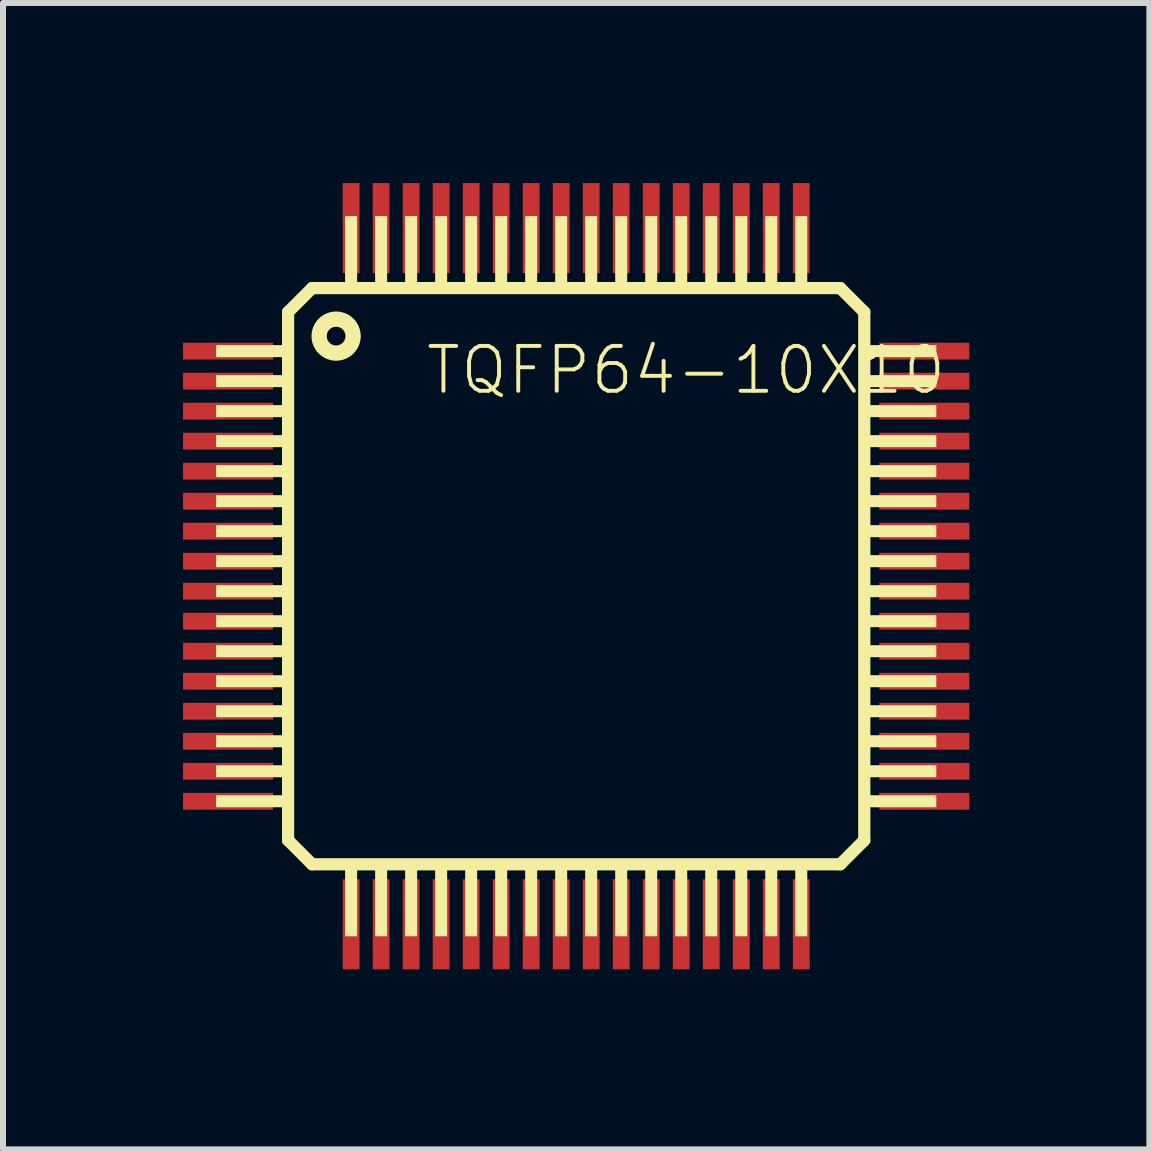
<source format=kicad_pcb>
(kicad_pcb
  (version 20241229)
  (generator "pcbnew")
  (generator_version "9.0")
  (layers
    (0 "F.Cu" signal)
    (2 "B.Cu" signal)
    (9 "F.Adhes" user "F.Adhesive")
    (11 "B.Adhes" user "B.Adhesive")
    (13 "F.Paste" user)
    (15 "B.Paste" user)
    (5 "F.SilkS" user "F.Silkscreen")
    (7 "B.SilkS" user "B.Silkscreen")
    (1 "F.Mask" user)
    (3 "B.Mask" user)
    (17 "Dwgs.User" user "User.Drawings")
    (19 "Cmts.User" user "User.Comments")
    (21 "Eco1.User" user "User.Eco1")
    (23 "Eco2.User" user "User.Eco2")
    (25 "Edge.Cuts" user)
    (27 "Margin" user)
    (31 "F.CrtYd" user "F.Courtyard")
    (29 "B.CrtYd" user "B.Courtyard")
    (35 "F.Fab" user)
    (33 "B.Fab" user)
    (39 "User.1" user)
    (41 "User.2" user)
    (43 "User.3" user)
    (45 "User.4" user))
  (footprint "TQFP64-10X10"
    (layer "F.Cu")
    (at 6.55 6.55)
    (property "Reference" "TQFP64-10X10" (at -2.54 -2.994 0) (unlocked yes) (layer "F.SilkS") (effects (font (size 0.748 0.748) (thickness 0.065)) (justify left bottom)))
    (fp_line (start -4.8 -4.4) (end -4.4 -4.8) (stroke (width 0.203) (type solid)) (layer "F.SilkS"))
    (fp_line (start -4.8 4.4) (end -4.8 -4.4) (stroke (width 0.203) (type solid)) (layer "F.SilkS"))
    (fp_line (start -4.4 -4.8) (end 4.4 -4.8) (stroke (width 0.203) (type solid)) (layer "F.SilkS"))
    (fp_line (start -4.4 4.8) (end -4.8 4.4) (stroke (width 0.203) (type solid)) (layer "F.SilkS"))
    (fp_line (start 4.4 -4.8) (end 4.8 -4.4) (stroke (width 0.203) (type solid)) (layer "F.SilkS"))
    (fp_line (start 4.4 4.8) (end -4.4 4.8) (stroke (width 0.203) (type solid)) (layer "F.SilkS"))
    (fp_line (start 4.8 -4.4) (end 4.8 4.4) (stroke (width 0.203) (type solid)) (layer "F.SilkS"))
    (fp_line (start 4.8 4.4) (end 4.4 4.8) (stroke (width 0.203) (type solid)) (layer "F.SilkS"))
    (fp_circle (center -4 -4) (end -3.717 -4) (stroke (width 0.254) (type solid)) (fill no) (layer "F.SilkS"))
    (fp_poly (pts (xy -6 -3.65) (xy -4.8 -3.65) (xy -4.8 -3.85) (xy -6 -3.85)) (stroke (width 0) (type default)) (fill yes) (layer "F.SilkS"))
    (fp_poly (pts (xy -6 -3.15) (xy -4.8 -3.15) (xy -4.8 -3.35) (xy -6 -3.35)) (stroke (width 0) (type default)) (fill yes) (layer "F.SilkS"))
    (fp_poly (pts (xy -6 -2.65) (xy -4.8 -2.65) (xy -4.8 -2.85) (xy -6 -2.85)) (stroke (width 0) (type default)) (fill yes) (layer "F.SilkS"))
    (fp_poly (pts (xy -6 -2.15) (xy -4.8 -2.15) (xy -4.8 -2.35) (xy -6 -2.35)) (stroke (width 0) (type default)) (fill yes) (layer "F.SilkS"))
    (fp_poly (pts (xy -6 -1.65) (xy -4.8 -1.65) (xy -4.8 -1.85) (xy -6 -1.85)) (stroke (width 0) (type default)) (fill yes) (layer "F.SilkS"))
    (fp_poly (pts (xy -6 -1.15) (xy -4.8 -1.15) (xy -4.8 -1.35) (xy -6 -1.35)) (stroke (width 0) (type default)) (fill yes) (layer "F.SilkS"))
    (fp_poly (pts (xy -6 -0.65) (xy -4.8 -0.65) (xy -4.8 -0.85) (xy -6 -0.85)) (stroke (width 0) (type default)) (fill yes) (layer "F.SilkS"))
    (fp_poly (pts (xy -6 -0.15) (xy -4.8 -0.15) (xy -4.8 -0.35) (xy -6 -0.35)) (stroke (width 0) (type default)) (fill yes) (layer "F.SilkS"))
    (fp_poly (pts (xy -6 0.35) (xy -4.8 0.35) (xy -4.8 0.15) (xy -6 0.15)) (stroke (width 0) (type default)) (fill yes) (layer "F.SilkS"))
    (fp_poly (pts (xy -6 0.85) (xy -4.8 0.85) (xy -4.8 0.65) (xy -6 0.65)) (stroke (width 0) (type default)) (fill yes) (layer "F.SilkS"))
    (fp_poly (pts (xy -6 1.35) (xy -4.8 1.35) (xy -4.8 1.15) (xy -6 1.15)) (stroke (width 0) (type default)) (fill yes) (layer "F.SilkS"))
    (fp_poly (pts (xy -6 1.85) (xy -4.8 1.85) (xy -4.8 1.65) (xy -6 1.65)) (stroke (width 0) (type default)) (fill yes) (layer "F.SilkS"))
    (fp_poly (pts (xy -6 2.35) (xy -4.8 2.35) (xy -4.8 2.15) (xy -6 2.15)) (stroke (width 0) (type default)) (fill yes) (layer "F.SilkS"))
    (fp_poly (pts (xy -6 2.85) (xy -4.8 2.85) (xy -4.8 2.65) (xy -6 2.65)) (stroke (width 0) (type default)) (fill yes) (layer "F.SilkS"))
    (fp_poly (pts (xy -6 3.35) (xy -4.8 3.35) (xy -4.8 3.15) (xy -6 3.15)) (stroke (width 0) (type default)) (fill yes) (layer "F.SilkS"))
    (fp_poly (pts (xy -6 3.85) (xy -4.8 3.85) (xy -4.8 3.65) (xy -6 3.65)) (stroke (width 0) (type default)) (fill yes) (layer "F.SilkS"))
    (fp_poly (pts (xy -3.85 -4.8) (xy -3.65 -4.8) (xy -3.65 -6) (xy -3.85 -6)) (stroke (width 0) (type default)) (fill yes) (layer "F.SilkS"))
    (fp_poly (pts (xy -3.85 6) (xy -3.65 6) (xy -3.65 4.8) (xy -3.85 4.8)) (stroke (width 0) (type default)) (fill yes) (layer "F.SilkS"))
    (fp_poly (pts (xy -3.35 -4.8) (xy -3.15 -4.8) (xy -3.15 -6) (xy -3.35 -6)) (stroke (width 0) (type default)) (fill yes) (layer "F.SilkS"))
    (fp_poly (pts (xy -3.35 6) (xy -3.15 6) (xy -3.15 4.8) (xy -3.35 4.8)) (stroke (width 0) (type default)) (fill yes) (layer "F.SilkS"))
    (fp_poly (pts (xy -2.85 -4.8) (xy -2.65 -4.8) (xy -2.65 -6) (xy -2.85 -6)) (stroke (width 0) (type default)) (fill yes) (layer "F.SilkS"))
    (fp_poly (pts (xy -2.85 6) (xy -2.65 6) (xy -2.65 4.8) (xy -2.85 4.8)) (stroke (width 0) (type default)) (fill yes) (layer "F.SilkS"))
    (fp_poly (pts (xy -2.35 -4.8) (xy -2.15 -4.8) (xy -2.15 -6) (xy -2.35 -6)) (stroke (width 0) (type default)) (fill yes) (layer "F.SilkS"))
    (fp_poly (pts (xy -2.35 6) (xy -2.15 6) (xy -2.15 4.8) (xy -2.35 4.8)) (stroke (width 0) (type default)) (fill yes) (layer "F.SilkS"))
    (fp_poly (pts (xy -1.85 -4.8) (xy -1.65 -4.8) (xy -1.65 -6) (xy -1.85 -6)) (stroke (width 0) (type default)) (fill yes) (layer "F.SilkS"))
    (fp_poly (pts (xy -1.85 6) (xy -1.65 6) (xy -1.65 4.8) (xy -1.85 4.8)) (stroke (width 0) (type default)) (fill yes) (layer "F.SilkS"))
    (fp_poly (pts (xy -1.35 -4.8) (xy -1.15 -4.8) (xy -1.15 -6) (xy -1.35 -6)) (stroke (width 0) (type default)) (fill yes) (layer "F.SilkS"))
    (fp_poly (pts (xy -1.35 6) (xy -1.15 6) (xy -1.15 4.8) (xy -1.35 4.8)) (stroke (width 0) (type default)) (fill yes) (layer "F.SilkS"))
    (fp_poly (pts (xy -0.85 -4.8) (xy -0.65 -4.8) (xy -0.65 -6) (xy -0.85 -6)) (stroke (width 0) (type default)) (fill yes) (layer "F.SilkS"))
    (fp_poly (pts (xy -0.85 6) (xy -0.65 6) (xy -0.65 4.8) (xy -0.85 4.8)) (stroke (width 0) (type default)) (fill yes) (layer "F.SilkS"))
    (fp_poly (pts (xy -0.35 -4.8) (xy -0.15 -4.8) (xy -0.15 -6) (xy -0.35 -6)) (stroke (width 0) (type default)) (fill yes) (layer "F.SilkS"))
    (fp_poly (pts (xy -0.35 6) (xy -0.15 6) (xy -0.15 4.8) (xy -0.35 4.8)) (stroke (width 0) (type default)) (fill yes) (layer "F.SilkS"))
    (fp_poly (pts (xy 0.15 -4.8) (xy 0.35 -4.8) (xy 0.35 -6) (xy 0.15 -6)) (stroke (width 0) (type default)) (fill yes) (layer "F.SilkS"))
    (fp_poly (pts (xy 0.15 6) (xy 0.35 6) (xy 0.35 4.8) (xy 0.15 4.8)) (stroke (width 0) (type default)) (fill yes) (layer "F.SilkS"))
    (fp_poly (pts (xy 0.65 -4.8) (xy 0.85 -4.8) (xy 0.85 -6) (xy 0.65 -6)) (stroke (width 0) (type default)) (fill yes) (layer "F.SilkS"))
    (fp_poly (pts (xy 0.65 6) (xy 0.85 6) (xy 0.85 4.8) (xy 0.65 4.8)) (stroke (width 0) (type default)) (fill yes) (layer "F.SilkS"))
    (fp_poly (pts (xy 1.15 -4.8) (xy 1.35 -4.8) (xy 1.35 -6) (xy 1.15 -6)) (stroke (width 0) (type default)) (fill yes) (layer "F.SilkS"))
    (fp_poly (pts (xy 1.15 6) (xy 1.35 6) (xy 1.35 4.8) (xy 1.15 4.8)) (stroke (width 0) (type default)) (fill yes) (layer "F.SilkS"))
    (fp_poly (pts (xy 1.65 -4.8) (xy 1.85 -4.8) (xy 1.85 -6) (xy 1.65 -6)) (stroke (width 0) (type default)) (fill yes) (layer "F.SilkS"))
    (fp_poly (pts (xy 1.65 6) (xy 1.85 6) (xy 1.85 4.8) (xy 1.65 4.8)) (stroke (width 0) (type default)) (fill yes) (layer "F.SilkS"))
    (fp_poly (pts (xy 2.15 -4.8) (xy 2.35 -4.8) (xy 2.35 -6) (xy 2.15 -6)) (stroke (width 0) (type default)) (fill yes) (layer "F.SilkS"))
    (fp_poly (pts (xy 2.15 6) (xy 2.35 6) (xy 2.35 4.8) (xy 2.15 4.8)) (stroke (width 0) (type default)) (fill yes) (layer "F.SilkS"))
    (fp_poly (pts (xy 2.65 -4.8) (xy 2.85 -4.8) (xy 2.85 -6) (xy 2.65 -6)) (stroke (width 0) (type default)) (fill yes) (layer "F.SilkS"))
    (fp_poly (pts (xy 2.65 6) (xy 2.85 6) (xy 2.85 4.8) (xy 2.65 4.8)) (stroke (width 0) (type default)) (fill yes) (layer "F.SilkS"))
    (fp_poly (pts (xy 3.15 -4.8) (xy 3.35 -4.8) (xy 3.35 -6) (xy 3.15 -6)) (stroke (width 0) (type default)) (fill yes) (layer "F.SilkS"))
    (fp_poly (pts (xy 3.15 6) (xy 3.35 6) (xy 3.35 4.8) (xy 3.15 4.8)) (stroke (width 0) (type default)) (fill yes) (layer "F.SilkS"))
    (fp_poly (pts (xy 3.65 -4.8) (xy 3.85 -4.8) (xy 3.85 -6) (xy 3.65 -6)) (stroke (width 0) (type default)) (fill yes) (layer "F.SilkS"))
    (fp_poly (pts (xy 3.65 6) (xy 3.85 6) (xy 3.85 4.8) (xy 3.65 4.8)) (stroke (width 0) (type default)) (fill yes) (layer "F.SilkS"))
    (fp_poly (pts (xy 4.8 -3.65) (xy 6 -3.65) (xy 6 -3.85) (xy 4.8 -3.85)) (stroke (width 0) (type default)) (fill yes) (layer "F.SilkS"))
    (fp_poly (pts (xy 4.8 -3.15) (xy 6 -3.15) (xy 6 -3.35) (xy 4.8 -3.35)) (stroke (width 0) (type default)) (fill yes) (layer "F.SilkS"))
    (fp_poly (pts (xy 4.8 -2.65) (xy 6 -2.65) (xy 6 -2.85) (xy 4.8 -2.85)) (stroke (width 0) (type default)) (fill yes) (layer "F.SilkS"))
    (fp_poly (pts (xy 4.8 -2.15) (xy 6 -2.15) (xy 6 -2.35) (xy 4.8 -2.35)) (stroke (width 0) (type default)) (fill yes) (layer "F.SilkS"))
    (fp_poly (pts (xy 4.8 -1.65) (xy 6 -1.65) (xy 6 -1.85) (xy 4.8 -1.85)) (stroke (width 0) (type default)) (fill yes) (layer "F.SilkS"))
    (fp_poly (pts (xy 4.8 -1.15) (xy 6 -1.15) (xy 6 -1.35) (xy 4.8 -1.35)) (stroke (width 0) (type default)) (fill yes) (layer "F.SilkS"))
    (fp_poly (pts (xy 4.8 -0.65) (xy 6 -0.65) (xy 6 -0.85) (xy 4.8 -0.85)) (stroke (width 0) (type default)) (fill yes) (layer "F.SilkS"))
    (fp_poly (pts (xy 4.8 -0.15) (xy 6 -0.15) (xy 6 -0.35) (xy 4.8 -0.35)) (stroke (width 0) (type default)) (fill yes) (layer "F.SilkS"))
    (fp_poly (pts (xy 4.8 0.35) (xy 6 0.35) (xy 6 0.15) (xy 4.8 0.15)) (stroke (width 0) (type default)) (fill yes) (layer "F.SilkS"))
    (fp_poly (pts (xy 4.8 0.85) (xy 6 0.85) (xy 6 0.65) (xy 4.8 0.65)) (stroke (width 0) (type default)) (fill yes) (layer "F.SilkS"))
    (fp_poly (pts (xy 4.8 1.35) (xy 6 1.35) (xy 6 1.15) (xy 4.8 1.15)) (stroke (width 0) (type default)) (fill yes) (layer "F.SilkS"))
    (fp_poly (pts (xy 4.8 1.85) (xy 6 1.85) (xy 6 1.65) (xy 4.8 1.65)) (stroke (width 0) (type default)) (fill yes) (layer "F.SilkS"))
    (fp_poly (pts (xy 4.8 2.35) (xy 6 2.35) (xy 6 2.15) (xy 4.8 2.15)) (stroke (width 0) (type default)) (fill yes) (layer "F.SilkS"))
    (fp_poly (pts (xy 4.8 2.85) (xy 6 2.85) (xy 6 2.65) (xy 4.8 2.65)) (stroke (width 0) (type default)) (fill yes) (layer "F.SilkS"))
    (fp_poly (pts (xy 4.8 3.35) (xy 6 3.35) (xy 6 3.15) (xy 4.8 3.15)) (stroke (width 0) (type default)) (fill yes) (layer "F.SilkS"))
    (fp_poly (pts (xy 4.8 3.85) (xy 6 3.85) (xy 6 3.65) (xy 4.8 3.65)) (stroke (width 0) (type default)) (fill yes) (layer "F.SilkS"))
    (pad "1" smd rect (at -5.8 -3.75) (size 1.5 0.28) (layers "F.Cu" "F.Mask" "F.Paste"))
    (pad "2" smd rect (at -5.8 -3.25) (size 1.5 0.28) (layers "F.Cu" "F.Mask" "F.Paste"))
    (pad "3" smd rect (at -5.8 -2.75) (size 1.5 0.28) (layers "F.Cu" "F.Mask" "F.Paste"))
    (pad "4" smd rect (at -5.8 -2.25) (size 1.5 0.28) (layers "F.Cu" "F.Mask" "F.Paste"))
    (pad "5" smd rect (at -5.8 -1.75) (size 1.5 0.28) (layers "F.Cu" "F.Mask" "F.Paste"))
    (pad "6" smd rect (at -5.8 -1.25) (size 1.5 0.28) (layers "F.Cu" "F.Mask" "F.Paste"))
    (pad "7" smd rect (at -5.8 -0.75) (size 1.5 0.28) (layers "F.Cu" "F.Mask" "F.Paste"))
    (pad "8" smd rect (at -5.8 -0.25) (size 1.5 0.28) (layers "F.Cu" "F.Mask" "F.Paste"))
    (pad "9" smd rect (at -5.8 0.25) (size 1.5 0.28) (layers "F.Cu" "F.Mask" "F.Paste"))
    (pad "10" smd rect (at -5.8 0.75) (size 1.5 0.28) (layers "F.Cu" "F.Mask" "F.Paste"))
    (pad "11" smd rect (at -5.8 1.25) (size 1.5 0.28) (layers "F.Cu" "F.Mask" "F.Paste"))
    (pad "12" smd rect (at -5.8 1.75) (size 1.5 0.28) (layers "F.Cu" "F.Mask" "F.Paste"))
    (pad "13" smd rect (at -5.8 2.25) (size 1.5 0.28) (layers "F.Cu" "F.Mask" "F.Paste"))
    (pad "14" smd rect (at -5.8 2.75) (size 1.5 0.28) (layers "F.Cu" "F.Mask" "F.Paste"))
    (pad "15" smd rect (at -5.8 3.25) (size 1.5 0.28) (layers "F.Cu" "F.Mask" "F.Paste"))
    (pad "16" smd rect (at -5.8 3.75) (size 1.5 0.28) (layers "F.Cu" "F.Mask" "F.Paste"))
    (pad "17" smd rect (at -3.75 5.8) (size 0.28 1.5) (layers "F.Cu" "F.Mask" "F.Paste"))
    (pad "18" smd rect (at -3.25 5.8) (size 0.28 1.5) (layers "F.Cu" "F.Mask" "F.Paste"))
    (pad "19" smd rect (at -2.75 5.8) (size 0.28 1.5) (layers "F.Cu" "F.Mask" "F.Paste"))
    (pad "20" smd rect (at -2.25 5.8) (size 0.28 1.5) (layers "F.Cu" "F.Mask" "F.Paste"))
    (pad "21" smd rect (at -1.75 5.8) (size 0.28 1.5) (layers "F.Cu" "F.Mask" "F.Paste"))
    (pad "22" smd rect (at -1.25 5.8) (size 0.28 1.5) (layers "F.Cu" "F.Mask" "F.Paste"))
    (pad "23" smd rect (at -0.75 5.8) (size 0.28 1.5) (layers "F.Cu" "F.Mask" "F.Paste"))
    (pad "24" smd rect (at -0.25 5.8) (size 0.28 1.5) (layers "F.Cu" "F.Mask" "F.Paste"))
    (pad "25" smd rect (at 0.25 5.8) (size 0.28 1.5) (layers "F.Cu" "F.Mask" "F.Paste"))
    (pad "26" smd rect (at 0.75 5.8) (size 0.28 1.5) (layers "F.Cu" "F.Mask" "F.Paste"))
    (pad "27" smd rect (at 1.25 5.8) (size 0.28 1.5) (layers "F.Cu" "F.Mask" "F.Paste"))
    (pad "28" smd rect (at 1.75 5.8) (size 0.28 1.5) (layers "F.Cu" "F.Mask" "F.Paste"))
    (pad "29" smd rect (at 2.25 5.8) (size 0.28 1.5) (layers "F.Cu" "F.Mask" "F.Paste"))
    (pad "30" smd rect (at 2.75 5.8) (size 0.28 1.5) (layers "F.Cu" "F.Mask" "F.Paste"))
    (pad "31" smd rect (at 3.25 5.8) (size 0.28 1.5) (layers "F.Cu" "F.Mask" "F.Paste"))
    (pad "32" smd rect (at 3.75 5.8) (size 0.28 1.5) (layers "F.Cu" "F.Mask" "F.Paste"))
    (pad "33" smd rect (at 5.8 3.75) (size 1.5 0.28) (layers "F.Cu" "F.Mask" "F.Paste"))
    (pad "34" smd rect (at 5.8 3.25) (size 1.5 0.28) (layers "F.Cu" "F.Mask" "F.Paste"))
    (pad "35" smd rect (at 5.8 2.75) (size 1.5 0.28) (layers "F.Cu" "F.Mask" "F.Paste"))
    (pad "36" smd rect (at 5.8 2.25) (size 1.5 0.28) (layers "F.Cu" "F.Mask" "F.Paste"))
    (pad "37" smd rect (at 5.8 1.75) (size 1.5 0.28) (layers "F.Cu" "F.Mask" "F.Paste"))
    (pad "38" smd rect (at 5.8 1.25) (size 1.5 0.28) (layers "F.Cu" "F.Mask" "F.Paste"))
    (pad "39" smd rect (at 5.8 0.75) (size 1.5 0.28) (layers "F.Cu" "F.Mask" "F.Paste"))
    (pad "40" smd rect (at 5.8 0.25) (size 1.5 0.28) (layers "F.Cu" "F.Mask" "F.Paste"))
    (pad "41" smd rect (at 5.8 -0.25) (size 1.5 0.28) (layers "F.Cu" "F.Mask" "F.Paste"))
    (pad "42" smd rect (at 5.8 -0.75) (size 1.5 0.28) (layers "F.Cu" "F.Mask" "F.Paste"))
    (pad "43" smd rect (at 5.8 -1.25) (size 1.5 0.28) (layers "F.Cu" "F.Mask" "F.Paste"))
    (pad "44" smd rect (at 5.8 -1.75) (size 1.5 0.28) (layers "F.Cu" "F.Mask" "F.Paste"))
    (pad "45" smd rect (at 5.8 -2.25) (size 1.5 0.28) (layers "F.Cu" "F.Mask" "F.Paste"))
    (pad "46" smd rect (at 5.8 -2.75) (size 1.5 0.28) (layers "F.Cu" "F.Mask" "F.Paste"))
    (pad "47" smd rect (at 5.8 -3.25) (size 1.5 0.28) (layers "F.Cu" "F.Mask" "F.Paste"))
    (pad "48" smd rect (at 5.8 -3.75) (size 1.5 0.28) (layers "F.Cu" "F.Mask" "F.Paste"))
    (pad "49" smd rect (at 3.75 -5.8) (size 0.28 1.5) (layers "F.Cu" "F.Mask" "F.Paste"))
    (pad "50" smd rect (at 3.25 -5.8) (size 0.28 1.5) (layers "F.Cu" "F.Mask" "F.Paste"))
    (pad "51" smd rect (at 2.75 -5.8) (size 0.28 1.5) (layers "F.Cu" "F.Mask" "F.Paste"))
    (pad "52" smd rect (at 2.25 -5.8) (size 0.28 1.5) (layers "F.Cu" "F.Mask" "F.Paste"))
    (pad "53" smd rect (at 1.75 -5.8) (size 0.28 1.5) (layers "F.Cu" "F.Mask" "F.Paste"))
    (pad "54" smd rect (at 1.25 -5.8) (size 0.28 1.5) (layers "F.Cu" "F.Mask" "F.Paste"))
    (pad "55" smd rect (at 0.75 -5.8) (size 0.28 1.5) (layers "F.Cu" "F.Mask" "F.Paste"))
    (pad "56" smd rect (at 0.25 -5.8) (size 0.28 1.5) (layers "F.Cu" "F.Mask" "F.Paste"))
    (pad "57" smd rect (at -0.25 -5.8) (size 0.28 1.5) (layers "F.Cu" "F.Mask" "F.Paste"))
    (pad "58" smd rect (at -0.75 -5.8) (size 0.28 1.5) (layers "F.Cu" "F.Mask" "F.Paste"))
    (pad "59" smd rect (at -1.25 -5.8) (size 0.28 1.5) (layers "F.Cu" "F.Mask" "F.Paste"))
    (pad "60" smd rect (at -1.75 -5.8) (size 0.28 1.5) (layers "F.Cu" "F.Mask" "F.Paste"))
    (pad "61" smd rect (at -2.25 -5.8) (size 0.28 1.5) (layers "F.Cu" "F.Mask" "F.Paste"))
    (pad "62" smd rect (at -2.75 -5.8) (size 0.28 1.5) (layers "F.Cu" "F.Mask" "F.Paste"))
    (pad "63" smd rect (at -3.25 -5.8) (size 0.28 1.5) (layers "F.Cu" "F.Mask" "F.Paste"))
    (pad "64" smd rect (at -3.75 -5.8) (size 0.28 1.5) (layers "F.Cu" "F.Mask" "F.Paste")))
  (gr_rect
    (start -3 -3)
    (end 16.1 16.1)
    (stroke (width 0.1) (type default))
    (fill no)
    (layer "Edge.Cuts")))
</source>
